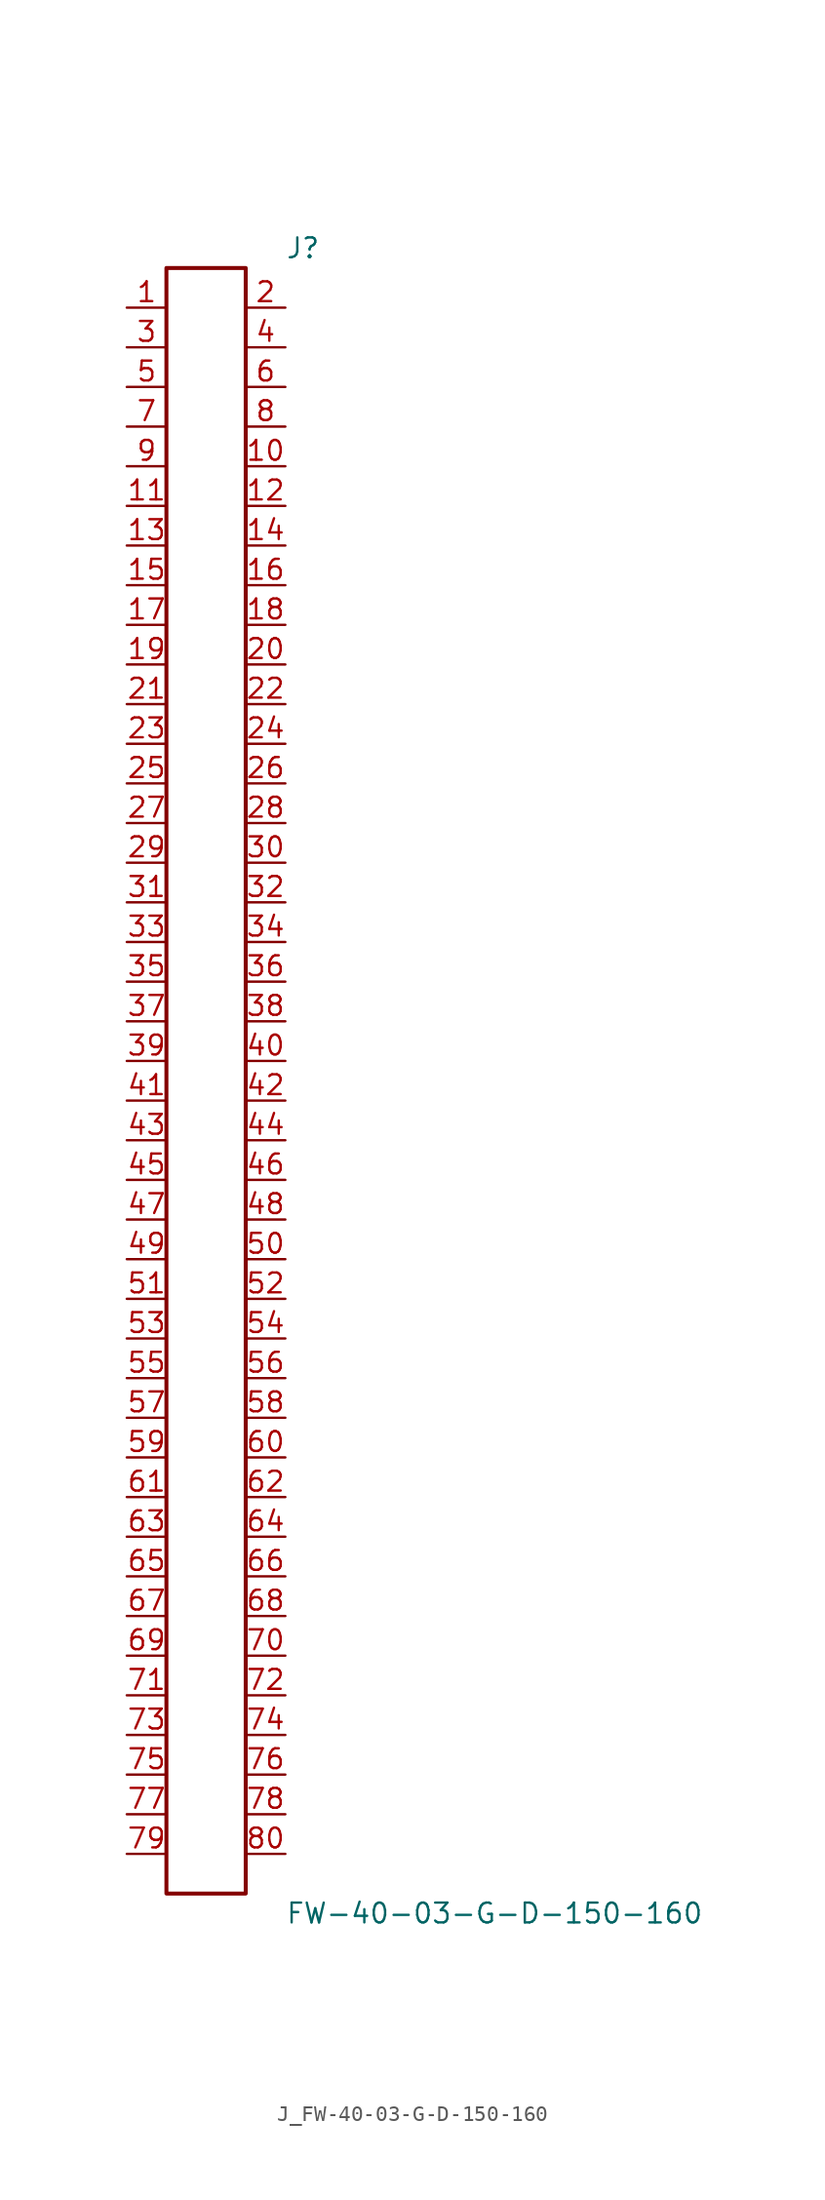
<source format=kicad_sym>
(kicad_symbol_lib
  (version 20231120)
  (generator kicad_symbol_editor)
  (generator_version 8.0)
  (symbol "J_FW-40-03-G-D-150-160"
    (pin_names
      (offset 0.254))
    (property "Reference" "J"
      (at 5.08 53.34 0)
      (effects (font (size 1.27 1.27)) (justify left)))
    (property "Value" "FW-40-03-G-D-150-160"
      (at 5.08 -53.34 0)
      (effects (font (size 1.27 1.27)) (justify left)))
    (symbol "J_FW-40-03-G-D-150-160_0_0"
      (pin passive line (at -5.08 49.53 0) (length 2.54) (name "" (effects (font (size 1.27 1.27)))) (number "1" (effects (font (size 1.27 1.27)))))
      (pin passive line (at 5.08 49.53 180) (length 2.54) (name "" (effects (font (size 1.27 1.27)))) (number "2" (effects (font (size 1.27 1.27)))))
      (pin passive line (at -5.08 46.99 0) (length 2.54) (name "" (effects (font (size 1.27 1.27)))) (number "3" (effects (font (size 1.27 1.27)))))
      (pin passive line (at 5.08 46.99 180) (length 2.54) (name "" (effects (font (size 1.27 1.27)))) (number "4" (effects (font (size 1.27 1.27)))))
      (pin passive line (at -5.08 44.45 0) (length 2.54) (name "" (effects (font (size 1.27 1.27)))) (number "5" (effects (font (size 1.27 1.27)))))
      (pin passive line (at 5.08 44.45 180) (length 2.54) (name "" (effects (font (size 1.27 1.27)))) (number "6" (effects (font (size 1.27 1.27)))))
      (pin passive line (at -5.08 41.91 0) (length 2.54) (name "" (effects (font (size 1.27 1.27)))) (number "7" (effects (font (size 1.27 1.27)))))
      (pin passive line (at 5.08 41.91 180) (length 2.54) (name "" (effects (font (size 1.27 1.27)))) (number "8" (effects (font (size 1.27 1.27)))))
      (pin passive line (at -5.08 39.37 0) (length 2.54) (name "" (effects (font (size 1.27 1.27)))) (number "9" (effects (font (size 1.27 1.27)))))
      (pin passive line (at 5.08 39.37 180) (length 2.54) (name "" (effects (font (size 1.27 1.27)))) (number "10" (effects (font (size 1.27 1.27)))))
      (pin passive line (at -5.08 36.83 0) (length 2.54) (name "" (effects (font (size 1.27 1.27)))) (number "11" (effects (font (size 1.27 1.27)))))
      (pin passive line (at 5.08 36.83 180) (length 2.54) (name "" (effects (font (size 1.27 1.27)))) (number "12" (effects (font (size 1.27 1.27)))))
      (pin passive line (at -5.08 34.29 0) (length 2.54) (name "" (effects (font (size 1.27 1.27)))) (number "13" (effects (font (size 1.27 1.27)))))
      (pin passive line (at 5.08 34.29 180) (length 2.54) (name "" (effects (font (size 1.27 1.27)))) (number "14" (effects (font (size 1.27 1.27)))))
      (pin passive line (at -5.08 31.75 0) (length 2.54) (name "" (effects (font (size 1.27 1.27)))) (number "15" (effects (font (size 1.27 1.27)))))
      (pin passive line (at 5.08 31.75 180) (length 2.54) (name "" (effects (font (size 1.27 1.27)))) (number "16" (effects (font (size 1.27 1.27)))))
      (pin passive line (at -5.08 29.21 0) (length 2.54) (name "" (effects (font (size 1.27 1.27)))) (number "17" (effects (font (size 1.27 1.27)))))
      (pin passive line (at 5.08 29.21 180) (length 2.54) (name "" (effects (font (size 1.27 1.27)))) (number "18" (effects (font (size 1.27 1.27)))))
      (pin passive line (at -5.08 26.67 0) (length 2.54) (name "" (effects (font (size 1.27 1.27)))) (number "19" (effects (font (size 1.27 1.27)))))
      (pin passive line (at 5.08 26.67 180) (length 2.54) (name "" (effects (font (size 1.27 1.27)))) (number "20" (effects (font (size 1.27 1.27)))))
      (pin passive line (at -5.08 24.13 0) (length 2.54) (name "" (effects (font (size 1.27 1.27)))) (number "21" (effects (font (size 1.27 1.27)))))
      (pin passive line (at 5.08 24.13 180) (length 2.54) (name "" (effects (font (size 1.27 1.27)))) (number "22" (effects (font (size 1.27 1.27)))))
      (pin passive line (at -5.08 21.59 0) (length 2.54) (name "" (effects (font (size 1.27 1.27)))) (number "23" (effects (font (size 1.27 1.27)))))
      (pin passive line (at 5.08 21.59 180) (length 2.54) (name "" (effects (font (size 1.27 1.27)))) (number "24" (effects (font (size 1.27 1.27)))))
      (pin passive line (at -5.08 19.05 0) (length 2.54) (name "" (effects (font (size 1.27 1.27)))) (number "25" (effects (font (size 1.27 1.27)))))
      (pin passive line (at 5.08 19.05 180) (length 2.54) (name "" (effects (font (size 1.27 1.27)))) (number "26" (effects (font (size 1.27 1.27)))))
      (pin passive line (at -5.08 16.51 0) (length 2.54) (name "" (effects (font (size 1.27 1.27)))) (number "27" (effects (font (size 1.27 1.27)))))
      (pin passive line (at 5.08 16.51 180) (length 2.54) (name "" (effects (font (size 1.27 1.27)))) (number "28" (effects (font (size 1.27 1.27)))))
      (pin passive line (at -5.08 13.97 0) (length 2.54) (name "" (effects (font (size 1.27 1.27)))) (number "29" (effects (font (size 1.27 1.27)))))
      (pin passive line (at 5.08 13.97 180) (length 2.54) (name "" (effects (font (size 1.27 1.27)))) (number "30" (effects (font (size 1.27 1.27)))))
      (pin passive line (at -5.08 11.43 0) (length 2.54) (name "" (effects (font (size 1.27 1.27)))) (number "31" (effects (font (size 1.27 1.27)))))
      (pin passive line (at 5.08 11.43 180) (length 2.54) (name "" (effects (font (size 1.27 1.27)))) (number "32" (effects (font (size 1.27 1.27)))))
      (pin passive line (at -5.08 8.89 0) (length 2.54) (name "" (effects (font (size 1.27 1.27)))) (number "33" (effects (font (size 1.27 1.27)))))
      (pin passive line (at 5.08 8.89 180) (length 2.54) (name "" (effects (font (size 1.27 1.27)))) (number "34" (effects (font (size 1.27 1.27)))))
      (pin passive line (at -5.08 6.35 0) (length 2.54) (name "" (effects (font (size 1.27 1.27)))) (number "35" (effects (font (size 1.27 1.27)))))
      (pin passive line (at 5.08 6.35 180) (length 2.54) (name "" (effects (font (size 1.27 1.27)))) (number "36" (effects (font (size 1.27 1.27)))))
      (pin passive line (at -5.08 3.81 0) (length 2.54) (name "" (effects (font (size 1.27 1.27)))) (number "37" (effects (font (size 1.27 1.27)))))
      (pin passive line (at 5.08 3.81 180) (length 2.54) (name "" (effects (font (size 1.27 1.27)))) (number "38" (effects (font (size 1.27 1.27)))))
      (pin passive line (at -5.08 1.27 0) (length 2.54) (name "" (effects (font (size 1.27 1.27)))) (number "39" (effects (font (size 1.27 1.27)))))
      (pin passive line (at 5.08 1.27 180) (length 2.54) (name "" (effects (font (size 1.27 1.27)))) (number "40" (effects (font (size 1.27 1.27)))))
      (pin passive line (at -5.08 -1.27 0) (length 2.54) (name "" (effects (font (size 1.27 1.27)))) (number "41" (effects (font (size 1.27 1.27)))))
      (pin passive line (at 5.08 -1.27 180) (length 2.54) (name "" (effects (font (size 1.27 1.27)))) (number "42" (effects (font (size 1.27 1.27)))))
      (pin passive line (at -5.08 -3.81 0) (length 2.54) (name "" (effects (font (size 1.27 1.27)))) (number "43" (effects (font (size 1.27 1.27)))))
      (pin passive line (at 5.08 -3.81 180) (length 2.54) (name "" (effects (font (size 1.27 1.27)))) (number "44" (effects (font (size 1.27 1.27)))))
      (pin passive line (at -5.08 -6.35 0) (length 2.54) (name "" (effects (font (size 1.27 1.27)))) (number "45" (effects (font (size 1.27 1.27)))))
      (pin passive line (at 5.08 -6.35 180) (length 2.54) (name "" (effects (font (size 1.27 1.27)))) (number "46" (effects (font (size 1.27 1.27)))))
      (pin passive line (at -5.08 -8.89 0) (length 2.54) (name "" (effects (font (size 1.27 1.27)))) (number "47" (effects (font (size 1.27 1.27)))))
      (pin passive line (at 5.08 -8.89 180) (length 2.54) (name "" (effects (font (size 1.27 1.27)))) (number "48" (effects (font (size 1.27 1.27)))))
      (pin passive line (at -5.08 -11.43 0) (length 2.54) (name "" (effects (font (size 1.27 1.27)))) (number "49" (effects (font (size 1.27 1.27)))))
      (pin passive line (at 5.08 -11.43 180) (length 2.54) (name "" (effects (font (size 1.27 1.27)))) (number "50" (effects (font (size 1.27 1.27)))))
      (pin passive line (at -5.08 -13.97 0) (length 2.54) (name "" (effects (font (size 1.27 1.27)))) (number "51" (effects (font (size 1.27 1.27)))))
      (pin passive line (at 5.08 -13.97 180) (length 2.54) (name "" (effects (font (size 1.27 1.27)))) (number "52" (effects (font (size 1.27 1.27)))))
      (pin passive line (at -5.08 -16.51 0) (length 2.54) (name "" (effects (font (size 1.27 1.27)))) (number "53" (effects (font (size 1.27 1.27)))))
      (pin passive line (at 5.08 -16.51 180) (length 2.54) (name "" (effects (font (size 1.27 1.27)))) (number "54" (effects (font (size 1.27 1.27)))))
      (pin passive line (at -5.08 -19.05 0) (length 2.54) (name "" (effects (font (size 1.27 1.27)))) (number "55" (effects (font (size 1.27 1.27)))))
      (pin passive line (at 5.08 -19.05 180) (length 2.54) (name "" (effects (font (size 1.27 1.27)))) (number "56" (effects (font (size 1.27 1.27)))))
      (pin passive line (at -5.08 -21.59 0) (length 2.54) (name "" (effects (font (size 1.27 1.27)))) (number "57" (effects (font (size 1.27 1.27)))))
      (pin passive line (at 5.08 -21.59 180) (length 2.54) (name "" (effects (font (size 1.27 1.27)))) (number "58" (effects (font (size 1.27 1.27)))))
      (pin passive line (at -5.08 -24.13 0) (length 2.54) (name "" (effects (font (size 1.27 1.27)))) (number "59" (effects (font (size 1.27 1.27)))))
      (pin passive line (at 5.08 -24.13 180) (length 2.54) (name "" (effects (font (size 1.27 1.27)))) (number "60" (effects (font (size 1.27 1.27)))))
      (pin passive line (at -5.08 -26.67 0) (length 2.54) (name "" (effects (font (size 1.27 1.27)))) (number "61" (effects (font (size 1.27 1.27)))))
      (pin passive line (at 5.08 -26.67 180) (length 2.54) (name "" (effects (font (size 1.27 1.27)))) (number "62" (effects (font (size 1.27 1.27)))))
      (pin passive line (at -5.08 -29.21 0) (length 2.54) (name "" (effects (font (size 1.27 1.27)))) (number "63" (effects (font (size 1.27 1.27)))))
      (pin passive line (at 5.08 -29.21 180) (length 2.54) (name "" (effects (font (size 1.27 1.27)))) (number "64" (effects (font (size 1.27 1.27)))))
      (pin passive line (at -5.08 -31.75 0) (length 2.54) (name "" (effects (font (size 1.27 1.27)))) (number "65" (effects (font (size 1.27 1.27)))))
      (pin passive line (at 5.08 -31.75 180) (length 2.54) (name "" (effects (font (size 1.27 1.27)))) (number "66" (effects (font (size 1.27 1.27)))))
      (pin passive line (at -5.08 -34.29 0) (length 2.54) (name "" (effects (font (size 1.27 1.27)))) (number "67" (effects (font (size 1.27 1.27)))))
      (pin passive line (at 5.08 -34.29 180) (length 2.54) (name "" (effects (font (size 1.27 1.27)))) (number "68" (effects (font (size 1.27 1.27)))))
      (pin passive line (at -5.08 -36.83 0) (length 2.54) (name "" (effects (font (size 1.27 1.27)))) (number "69" (effects (font (size 1.27 1.27)))))
      (pin passive line (at 5.08 -36.83 180) (length 2.54) (name "" (effects (font (size 1.27 1.27)))) (number "70" (effects (font (size 1.27 1.27)))))
      (pin passive line (at -5.08 -39.37 0) (length 2.54) (name "" (effects (font (size 1.27 1.27)))) (number "71" (effects (font (size 1.27 1.27)))))
      (pin passive line (at 5.08 -39.37 180) (length 2.54) (name "" (effects (font (size 1.27 1.27)))) (number "72" (effects (font (size 1.27 1.27)))))
      (pin passive line (at -5.08 -41.91 0) (length 2.54) (name "" (effects (font (size 1.27 1.27)))) (number "73" (effects (font (size 1.27 1.27)))))
      (pin passive line (at 5.08 -41.91 180) (length 2.54) (name "" (effects (font (size 1.27 1.27)))) (number "74" (effects (font (size 1.27 1.27)))))
      (pin passive line (at -5.08 -44.45 0) (length 2.54) (name "" (effects (font (size 1.27 1.27)))) (number "75" (effects (font (size 1.27 1.27)))))
      (pin passive line (at 5.08 -44.45 180) (length 2.54) (name "" (effects (font (size 1.27 1.27)))) (number "76" (effects (font (size 1.27 1.27)))))
      (pin passive line (at -5.08 -46.99 0) (length 2.54) (name "" (effects (font (size 1.27 1.27)))) (number "77" (effects (font (size 1.27 1.27)))))
      (pin passive line (at 5.08 -46.99 180) (length 2.54) (name "" (effects (font (size 1.27 1.27)))) (number "78" (effects (font (size 1.27 1.27)))))
      (pin passive line (at -5.08 -49.53 0) (length 2.54) (name "" (effects (font (size 1.27 1.27)))) (number "79" (effects (font (size 1.27 1.27)))))
      (pin passive line (at 5.08 -49.53 180) (length 2.54) (name "" (effects (font (size 1.27 1.27)))) (number "80" (effects (font (size 1.27 1.27))))))
    (symbol "J_FW-40-03-G-D-150-160_1_0"
      (rectangle (start -2.54 52.07) (end 2.54 -52.07) (stroke (width 0.254) (type solid)) (fill (type none))))))
</source>
